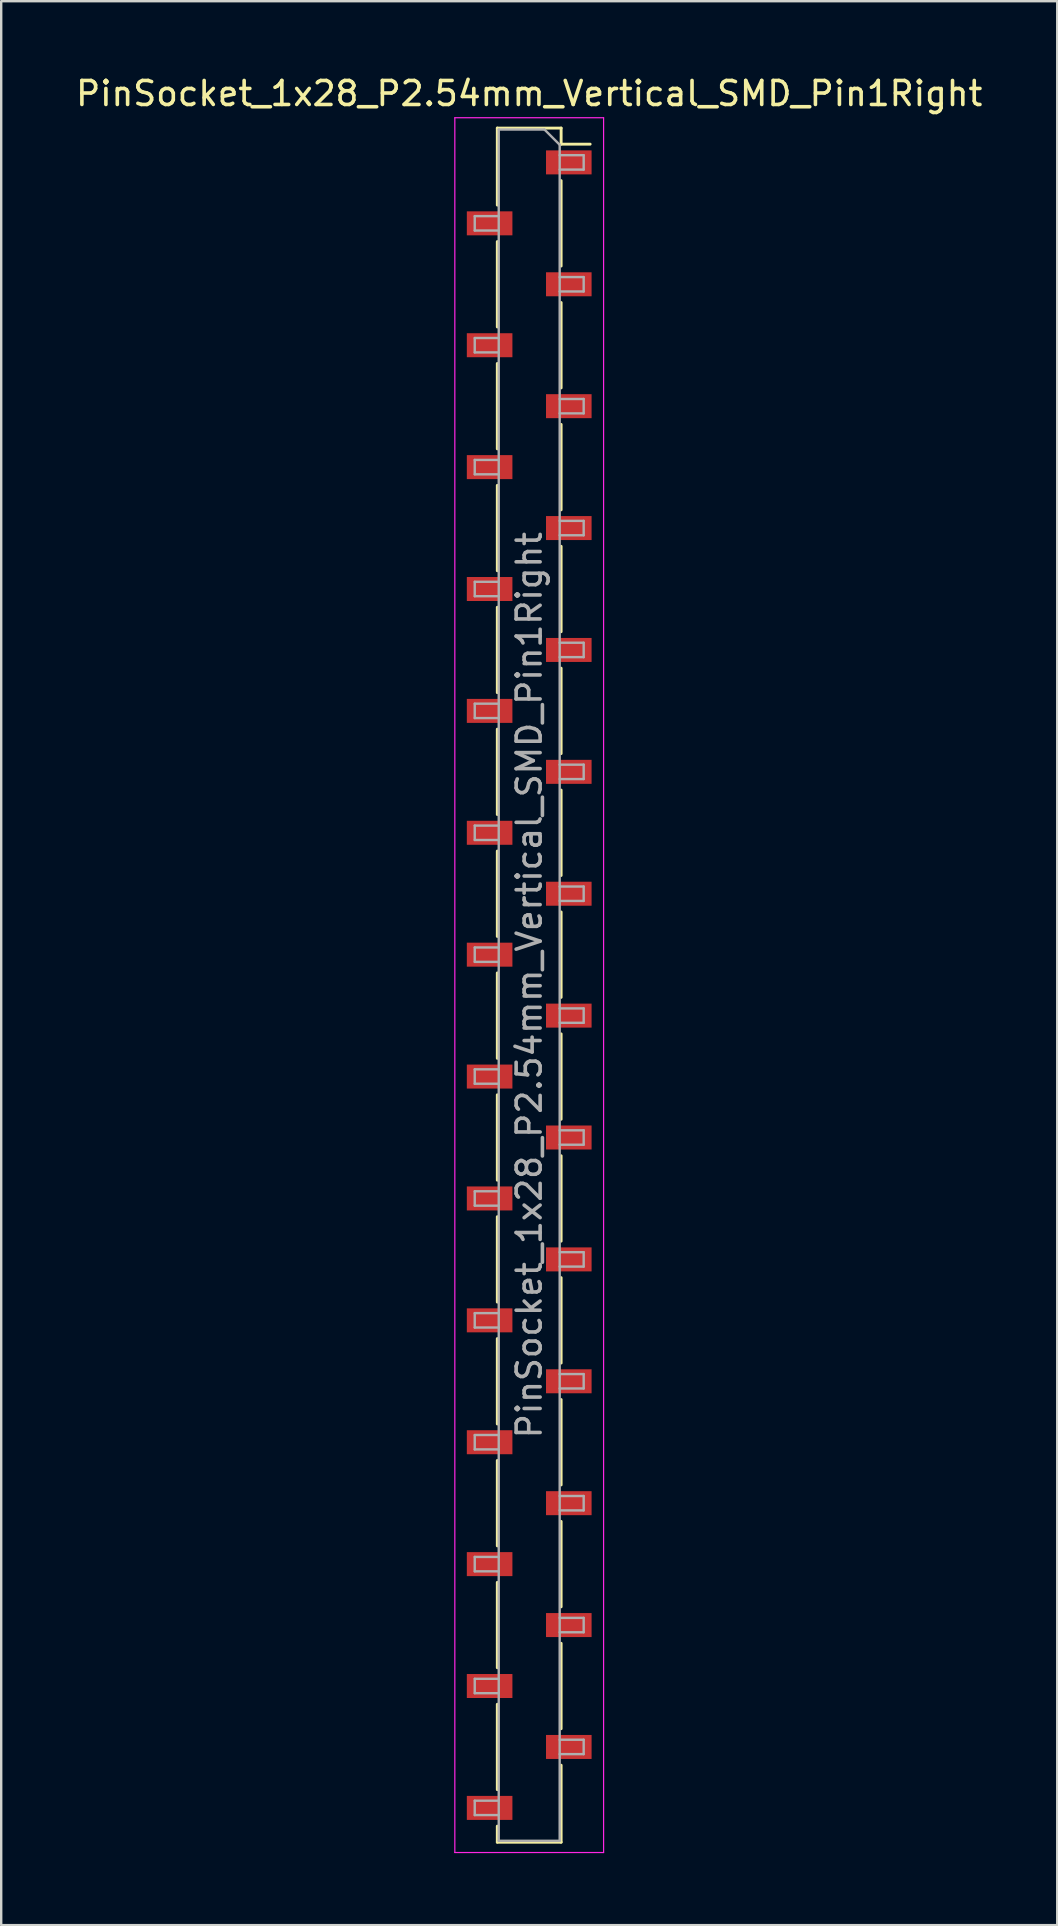
<source format=kicad_pcb>
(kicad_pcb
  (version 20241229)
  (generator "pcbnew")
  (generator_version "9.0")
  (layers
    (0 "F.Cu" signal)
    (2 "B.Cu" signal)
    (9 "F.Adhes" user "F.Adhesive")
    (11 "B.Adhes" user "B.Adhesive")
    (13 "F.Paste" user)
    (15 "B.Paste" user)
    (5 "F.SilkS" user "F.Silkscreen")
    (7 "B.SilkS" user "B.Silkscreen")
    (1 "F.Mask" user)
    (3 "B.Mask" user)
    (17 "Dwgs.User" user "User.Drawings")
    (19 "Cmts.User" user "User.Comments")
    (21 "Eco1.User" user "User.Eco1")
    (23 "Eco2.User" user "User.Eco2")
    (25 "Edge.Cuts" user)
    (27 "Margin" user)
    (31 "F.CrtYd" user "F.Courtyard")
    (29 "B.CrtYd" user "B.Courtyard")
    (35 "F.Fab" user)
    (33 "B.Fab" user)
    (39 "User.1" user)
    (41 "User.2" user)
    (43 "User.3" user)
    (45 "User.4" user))
  (footprint "PinSocket_1x28_P2.54mm_Vertical_SMD_Pin1Right"
    (layer "F.Cu")
    (at 19.006 38.008)
    (property "Reference" "PinSocket_1x28_P2.54mm_Vertical_SMD_Pin1Right" (at 0 -37.16 0) (layer "F.SilkS") (effects (font (size 1 1) (thickness 0.15))))
    (attr smd)
    (fp_line (start -1.33 -35.72) (end -1.33 -32.51) (stroke (width 0.12) (type solid)) (layer "F.SilkS"))
    (fp_line (start -1.33 -35.72) (end 1.33 -35.72) (stroke (width 0.12) (type solid)) (layer "F.SilkS"))
    (fp_line (start -1.33 -30.99) (end -1.33 -27.43) (stroke (width 0.12) (type solid)) (layer "F.SilkS"))
    (fp_line (start -1.33 -25.91) (end -1.33 -22.35) (stroke (width 0.12) (type solid)) (layer "F.SilkS"))
    (fp_line (start -1.33 -20.83) (end -1.33 -17.27) (stroke (width 0.12) (type solid)) (layer "F.SilkS"))
    (fp_line (start -1.33 -15.75) (end -1.33 -12.19) (stroke (width 0.12) (type solid)) (layer "F.SilkS"))
    (fp_line (start -1.33 -10.67) (end -1.33 -7.11) (stroke (width 0.12) (type solid)) (layer "F.SilkS"))
    (fp_line (start -1.33 -5.59) (end -1.33 -2.03) (stroke (width 0.12) (type solid)) (layer "F.SilkS"))
    (fp_line (start -1.33 -0.51) (end -1.33 3.05) (stroke (width 0.12) (type solid)) (layer "F.SilkS"))
    (fp_line (start -1.33 4.57) (end -1.33 8.13) (stroke (width 0.12) (type solid)) (layer "F.SilkS"))
    (fp_line (start -1.33 9.65) (end -1.33 13.21) (stroke (width 0.12) (type solid)) (layer "F.SilkS"))
    (fp_line (start -1.33 14.73) (end -1.33 18.29) (stroke (width 0.12) (type solid)) (layer "F.SilkS"))
    (fp_line (start -1.33 19.81) (end -1.33 23.37) (stroke (width 0.12) (type solid)) (layer "F.SilkS"))
    (fp_line (start -1.33 24.89) (end -1.33 28.45) (stroke (width 0.12) (type solid)) (layer "F.SilkS"))
    (fp_line (start -1.33 29.97) (end -1.33 33.53) (stroke (width 0.12) (type solid)) (layer "F.SilkS"))
    (fp_line (start -1.33 35.05) (end -1.33 35.72) (stroke (width 0.12) (type solid)) (layer "F.SilkS"))
    (fp_line (start -1.33 35.72) (end 1.33 35.72) (stroke (width 0.12) (type solid)) (layer "F.SilkS"))
    (fp_line (start 1.33 -35.72) (end 1.33 -35.05) (stroke (width 0.12) (type solid)) (layer "F.SilkS"))
    (fp_line (start 1.33 -35.05) (end 2.54 -35.05) (stroke (width 0.12) (type solid)) (layer "F.SilkS"))
    (fp_line (start 1.33 -33.53) (end 1.33 -29.97) (stroke (width 0.12) (type solid)) (layer "F.SilkS"))
    (fp_line (start 1.33 -28.45) (end 1.33 -24.89) (stroke (width 0.12) (type solid)) (layer "F.SilkS"))
    (fp_line (start 1.33 -23.37) (end 1.33 -19.81) (stroke (width 0.12) (type solid)) (layer "F.SilkS"))
    (fp_line (start 1.33 -18.29) (end 1.33 -14.73) (stroke (width 0.12) (type solid)) (layer "F.SilkS"))
    (fp_line (start 1.33 -13.21) (end 1.33 -9.65) (stroke (width 0.12) (type solid)) (layer "F.SilkS"))
    (fp_line (start 1.33 -8.13) (end 1.33 -4.57) (stroke (width 0.12) (type solid)) (layer "F.SilkS"))
    (fp_line (start 1.33 -3.05) (end 1.33 0.51) (stroke (width 0.12) (type solid)) (layer "F.SilkS"))
    (fp_line (start 1.33 2.03) (end 1.33 5.59) (stroke (width 0.12) (type solid)) (layer "F.SilkS"))
    (fp_line (start 1.33 7.11) (end 1.33 10.67) (stroke (width 0.12) (type solid)) (layer "F.SilkS"))
    (fp_line (start 1.33 12.19) (end 1.33 15.75) (stroke (width 0.12) (type solid)) (layer "F.SilkS"))
    (fp_line (start 1.33 17.27) (end 1.33 20.83) (stroke (width 0.12) (type solid)) (layer "F.SilkS"))
    (fp_line (start 1.33 22.35) (end 1.33 25.91) (stroke (width 0.12) (type solid)) (layer "F.SilkS"))
    (fp_line (start 1.33 27.43) (end 1.33 30.99) (stroke (width 0.12) (type solid)) (layer "F.SilkS"))
    (fp_line (start 1.33 32.51) (end 1.33 35.72) (stroke (width 0.12) (type solid)) (layer "F.SilkS"))
    (fp_line (start -3.1 -36.15) (end 3.1 -36.15) (stroke (width 0.05) (type solid)) (layer "F.CrtYd"))
    (fp_line (start -3.1 36.15) (end -3.1 -36.15) (stroke (width 0.05) (type solid)) (layer "F.CrtYd"))
    (fp_line (start 3.1 -36.15) (end 3.1 36.15) (stroke (width 0.05) (type solid)) (layer "F.CrtYd"))
    (fp_line (start 3.1 36.15) (end -3.1 36.15) (stroke (width 0.05) (type solid)) (layer "F.CrtYd"))
    (fp_line (start -2.27 -32.05) (end -1.27 -32.05) (stroke (width 0.1) (type solid)) (layer "F.Fab"))
    (fp_line (start -2.27 -31.45) (end -2.27 -32.05) (stroke (width 0.1) (type solid)) (layer "F.Fab"))
    (fp_line (start -2.27 -26.97) (end -1.27 -26.97) (stroke (width 0.1) (type solid)) (layer "F.Fab"))
    (fp_line (start -2.27 -26.37) (end -2.27 -26.97) (stroke (width 0.1) (type solid)) (layer "F.Fab"))
    (fp_line (start -2.27 -21.89) (end -1.27 -21.89) (stroke (width 0.1) (type solid)) (layer "F.Fab"))
    (fp_line (start -2.27 -21.29) (end -2.27 -21.89) (stroke (width 0.1) (type solid)) (layer "F.Fab"))
    (fp_line (start -2.27 -16.81) (end -1.27 -16.81) (stroke (width 0.1) (type solid)) (layer "F.Fab"))
    (fp_line (start -2.27 -16.21) (end -2.27 -16.81) (stroke (width 0.1) (type solid)) (layer "F.Fab"))
    (fp_line (start -2.27 -11.73) (end -1.27 -11.73) (stroke (width 0.1) (type solid)) (layer "F.Fab"))
    (fp_line (start -2.27 -11.13) (end -2.27 -11.73) (stroke (width 0.1) (type solid)) (layer "F.Fab"))
    (fp_line (start -2.27 -6.65) (end -1.27 -6.65) (stroke (width 0.1) (type solid)) (layer "F.Fab"))
    (fp_line (start -2.27 -6.05) (end -2.27 -6.65) (stroke (width 0.1) (type solid)) (layer "F.Fab"))
    (fp_line (start -2.27 -1.57) (end -1.27 -1.57) (stroke (width 0.1) (type solid)) (layer "F.Fab"))
    (fp_line (start -2.27 -0.97) (end -2.27 -1.57) (stroke (width 0.1) (type solid)) (layer "F.Fab"))
    (fp_line (start -2.27 3.51) (end -1.27 3.51) (stroke (width 0.1) (type solid)) (layer "F.Fab"))
    (fp_line (start -2.27 4.11) (end -2.27 3.51) (stroke (width 0.1) (type solid)) (layer "F.Fab"))
    (fp_line (start -2.27 8.59) (end -1.27 8.59) (stroke (width 0.1) (type solid)) (layer "F.Fab"))
    (fp_line (start -2.27 9.19) (end -2.27 8.59) (stroke (width 0.1) (type solid)) (layer "F.Fab"))
    (fp_line (start -2.27 13.67) (end -1.27 13.67) (stroke (width 0.1) (type solid)) (layer "F.Fab"))
    (fp_line (start -2.27 14.27) (end -2.27 13.67) (stroke (width 0.1) (type solid)) (layer "F.Fab"))
    (fp_line (start -2.27 18.75) (end -1.27 18.75) (stroke (width 0.1) (type solid)) (layer "F.Fab"))
    (fp_line (start -2.27 19.35) (end -2.27 18.75) (stroke (width 0.1) (type solid)) (layer "F.Fab"))
    (fp_line (start -2.27 23.83) (end -1.27 23.83) (stroke (width 0.1) (type solid)) (layer "F.Fab"))
    (fp_line (start -2.27 24.43) (end -2.27 23.83) (stroke (width 0.1) (type solid)) (layer "F.Fab"))
    (fp_line (start -2.27 28.91) (end -1.27 28.91) (stroke (width 0.1) (type solid)) (layer "F.Fab"))
    (fp_line (start -2.27 29.51) (end -2.27 28.91) (stroke (width 0.1) (type solid)) (layer "F.Fab"))
    (fp_line (start -2.27 33.99) (end -1.27 33.99) (stroke (width 0.1) (type solid)) (layer "F.Fab"))
    (fp_line (start -2.27 34.59) (end -2.27 33.99) (stroke (width 0.1) (type solid)) (layer "F.Fab"))
    (fp_line (start -1.27 -35.66) (end 0.635 -35.66) (stroke (width 0.1) (type solid)) (layer "F.Fab"))
    (fp_line (start -1.27 -31.45) (end -2.27 -31.45) (stroke (width 0.1) (type solid)) (layer "F.Fab"))
    (fp_line (start -1.27 -26.37) (end -2.27 -26.37) (stroke (width 0.1) (type solid)) (layer "F.Fab"))
    (fp_line (start -1.27 -21.29) (end -2.27 -21.29) (stroke (width 0.1) (type solid)) (layer "F.Fab"))
    (fp_line (start -1.27 -16.21) (end -2.27 -16.21) (stroke (width 0.1) (type solid)) (layer "F.Fab"))
    (fp_line (start -1.27 -11.13) (end -2.27 -11.13) (stroke (width 0.1) (type solid)) (layer "F.Fab"))
    (fp_line (start -1.27 -6.05) (end -2.27 -6.05) (stroke (width 0.1) (type solid)) (layer "F.Fab"))
    (fp_line (start -1.27 -0.97) (end -2.27 -0.97) (stroke (width 0.1) (type solid)) (layer "F.Fab"))
    (fp_line (start -1.27 4.11) (end -2.27 4.11) (stroke (width 0.1) (type solid)) (layer "F.Fab"))
    (fp_line (start -1.27 9.19) (end -2.27 9.19) (stroke (width 0.1) (type solid)) (layer "F.Fab"))
    (fp_line (start -1.27 14.27) (end -2.27 14.27) (stroke (width 0.1) (type solid)) (layer "F.Fab"))
    (fp_line (start -1.27 19.35) (end -2.27 19.35) (stroke (width 0.1) (type solid)) (layer "F.Fab"))
    (fp_line (start -1.27 24.43) (end -2.27 24.43) (stroke (width 0.1) (type solid)) (layer "F.Fab"))
    (fp_line (start -1.27 29.51) (end -2.27 29.51) (stroke (width 0.1) (type solid)) (layer "F.Fab"))
    (fp_line (start -1.27 34.59) (end -2.27 34.59) (stroke (width 0.1) (type solid)) (layer "F.Fab"))
    (fp_line (start -1.27 35.66) (end -1.27 -35.66) (stroke (width 0.1) (type solid)) (layer "F.Fab"))
    (fp_line (start 0.635 -35.66) (end 1.27 -35.025) (stroke (width 0.1) (type solid)) (layer "F.Fab"))
    (fp_line (start 1.27 -35.025) (end 1.27 35.66) (stroke (width 0.1) (type solid)) (layer "F.Fab"))
    (fp_line (start 1.27 -34.59) (end 2.27 -34.59) (stroke (width 0.1) (type solid)) (layer "F.Fab"))
    (fp_line (start 1.27 -29.51) (end 2.27 -29.51) (stroke (width 0.1) (type solid)) (layer "F.Fab"))
    (fp_line (start 1.27 -24.43) (end 2.27 -24.43) (stroke (width 0.1) (type solid)) (layer "F.Fab"))
    (fp_line (start 1.27 -19.35) (end 2.27 -19.35) (stroke (width 0.1) (type solid)) (layer "F.Fab"))
    (fp_line (start 1.27 -14.27) (end 2.27 -14.27) (stroke (width 0.1) (type solid)) (layer "F.Fab"))
    (fp_line (start 1.27 -9.19) (end 2.27 -9.19) (stroke (width 0.1) (type solid)) (layer "F.Fab"))
    (fp_line (start 1.27 -4.11) (end 2.27 -4.11) (stroke (width 0.1) (type solid)) (layer "F.Fab"))
    (fp_line (start 1.27 0.97) (end 2.27 0.97) (stroke (width 0.1) (type solid)) (layer "F.Fab"))
    (fp_line (start 1.27 6.05) (end 2.27 6.05) (stroke (width 0.1) (type solid)) (layer "F.Fab"))
    (fp_line (start 1.27 11.13) (end 2.27 11.13) (stroke (width 0.1) (type solid)) (layer "F.Fab"))
    (fp_line (start 1.27 16.21) (end 2.27 16.21) (stroke (width 0.1) (type solid)) (layer "F.Fab"))
    (fp_line (start 1.27 21.29) (end 2.27 21.29) (stroke (width 0.1) (type solid)) (layer "F.Fab"))
    (fp_line (start 1.27 26.37) (end 2.27 26.37) (stroke (width 0.1) (type solid)) (layer "F.Fab"))
    (fp_line (start 1.27 31.45) (end 2.27 31.45) (stroke (width 0.1) (type solid)) (layer "F.Fab"))
    (fp_line (start 1.27 35.66) (end -1.27 35.66) (stroke (width 0.1) (type solid)) (layer "F.Fab"))
    (fp_line (start 2.27 -34.59) (end 2.27 -33.99) (stroke (width 0.1) (type solid)) (layer "F.Fab"))
    (fp_line (start 2.27 -33.99) (end 1.27 -33.99) (stroke (width 0.1) (type solid)) (layer "F.Fab"))
    (fp_line (start 2.27 -29.51) (end 2.27 -28.91) (stroke (width 0.1) (type solid)) (layer "F.Fab"))
    (fp_line (start 2.27 -28.91) (end 1.27 -28.91) (stroke (width 0.1) (type solid)) (layer "F.Fab"))
    (fp_line (start 2.27 -24.43) (end 2.27 -23.83) (stroke (width 0.1) (type solid)) (layer "F.Fab"))
    (fp_line (start 2.27 -23.83) (end 1.27 -23.83) (stroke (width 0.1) (type solid)) (layer "F.Fab"))
    (fp_line (start 2.27 -19.35) (end 2.27 -18.75) (stroke (width 0.1) (type solid)) (layer "F.Fab"))
    (fp_line (start 2.27 -18.75) (end 1.27 -18.75) (stroke (width 0.1) (type solid)) (layer "F.Fab"))
    (fp_line (start 2.27 -14.27) (end 2.27 -13.67) (stroke (width 0.1) (type solid)) (layer "F.Fab"))
    (fp_line (start 2.27 -13.67) (end 1.27 -13.67) (stroke (width 0.1) (type solid)) (layer "F.Fab"))
    (fp_line (start 2.27 -9.19) (end 2.27 -8.59) (stroke (width 0.1) (type solid)) (layer "F.Fab"))
    (fp_line (start 2.27 -8.59) (end 1.27 -8.59) (stroke (width 0.1) (type solid)) (layer "F.Fab"))
    (fp_line (start 2.27 -4.11) (end 2.27 -3.51) (stroke (width 0.1) (type solid)) (layer "F.Fab"))
    (fp_line (start 2.27 -3.51) (end 1.27 -3.51) (stroke (width 0.1) (type solid)) (layer "F.Fab"))
    (fp_line (start 2.27 0.97) (end 2.27 1.57) (stroke (width 0.1) (type solid)) (layer "F.Fab"))
    (fp_line (start 2.27 1.57) (end 1.27 1.57) (stroke (width 0.1) (type solid)) (layer "F.Fab"))
    (fp_line (start 2.27 6.05) (end 2.27 6.65) (stroke (width 0.1) (type solid)) (layer "F.Fab"))
    (fp_line (start 2.27 6.65) (end 1.27 6.65) (stroke (width 0.1) (type solid)) (layer "F.Fab"))
    (fp_line (start 2.27 11.13) (end 2.27 11.73) (stroke (width 0.1) (type solid)) (layer "F.Fab"))
    (fp_line (start 2.27 11.73) (end 1.27 11.73) (stroke (width 0.1) (type solid)) (layer "F.Fab"))
    (fp_line (start 2.27 16.21) (end 2.27 16.81) (stroke (width 0.1) (type solid)) (layer "F.Fab"))
    (fp_line (start 2.27 16.81) (end 1.27 16.81) (stroke (width 0.1) (type solid)) (layer "F.Fab"))
    (fp_line (start 2.27 21.29) (end 2.27 21.89) (stroke (width 0.1) (type solid)) (layer "F.Fab"))
    (fp_line (start 2.27 21.89) (end 1.27 21.89) (stroke (width 0.1) (type solid)) (layer "F.Fab"))
    (fp_line (start 2.27 26.37) (end 2.27 26.97) (stroke (width 0.1) (type solid)) (layer "F.Fab"))
    (fp_line (start 2.27 26.97) (end 1.27 26.97) (stroke (width 0.1) (type solid)) (layer "F.Fab"))
    (fp_line (start 2.27 31.45) (end 2.27 32.05) (stroke (width 0.1) (type solid)) (layer "F.Fab"))
    (fp_line (start 2.27 32.05) (end 1.27 32.05) (stroke (width 0.1) (type solid)) (layer "F.Fab"))
    (fp_text user "${REFERENCE}" (at 0 0 90) (layer "F.Fab") (effects (font (size 1 1) (thickness 0.15))))
    (pad "1" smd rect (at 1.65 -34.29) (size 1.9 1) (layers "F.Cu" "F.Mask" "F.Paste"))
    (pad "2" smd rect (at -1.65 -31.75) (size 1.9 1) (layers "F.Cu" "F.Mask" "F.Paste"))
    (pad "3" smd rect (at 1.65 -29.21) (size 1.9 1) (layers "F.Cu" "F.Mask" "F.Paste"))
    (pad "4" smd rect (at -1.65 -26.67) (size 1.9 1) (layers "F.Cu" "F.Mask" "F.Paste"))
    (pad "5" smd rect (at 1.65 -24.13) (size 1.9 1) (layers "F.Cu" "F.Mask" "F.Paste"))
    (pad "6" smd rect (at -1.65 -21.59) (size 1.9 1) (layers "F.Cu" "F.Mask" "F.Paste"))
    (pad "7" smd rect (at 1.65 -19.05) (size 1.9 1) (layers "F.Cu" "F.Mask" "F.Paste"))
    (pad "8" smd rect (at -1.65 -16.51) (size 1.9 1) (layers "F.Cu" "F.Mask" "F.Paste"))
    (pad "9" smd rect (at 1.65 -13.97) (size 1.9 1) (layers "F.Cu" "F.Mask" "F.Paste"))
    (pad "10" smd rect (at -1.65 -11.43) (size 1.9 1) (layers "F.Cu" "F.Mask" "F.Paste"))
    (pad "11" smd rect (at 1.65 -8.89) (size 1.9 1) (layers "F.Cu" "F.Mask" "F.Paste"))
    (pad "12" smd rect (at -1.65 -6.35) (size 1.9 1) (layers "F.Cu" "F.Mask" "F.Paste"))
    (pad "13" smd rect (at 1.65 -3.81) (size 1.9 1) (layers "F.Cu" "F.Mask" "F.Paste"))
    (pad "14" smd rect (at -1.65 -1.27) (size 1.9 1) (layers "F.Cu" "F.Mask" "F.Paste"))
    (pad "15" smd rect (at 1.65 1.27) (size 1.9 1) (layers "F.Cu" "F.Mask" "F.Paste"))
    (pad "16" smd rect (at -1.65 3.81) (size 1.9 1) (layers "F.Cu" "F.Mask" "F.Paste"))
    (pad "17" smd rect (at 1.65 6.35) (size 1.9 1) (layers "F.Cu" "F.Mask" "F.Paste"))
    (pad "18" smd rect (at -1.65 8.89) (size 1.9 1) (layers "F.Cu" "F.Mask" "F.Paste"))
    (pad "19" smd rect (at 1.65 11.43) (size 1.9 1) (layers "F.Cu" "F.Mask" "F.Paste"))
    (pad "20" smd rect (at -1.65 13.97) (size 1.9 1) (layers "F.Cu" "F.Mask" "F.Paste"))
    (pad "21" smd rect (at 1.65 16.51) (size 1.9 1) (layers "F.Cu" "F.Mask" "F.Paste"))
    (pad "22" smd rect (at -1.65 19.05) (size 1.9 1) (layers "F.Cu" "F.Mask" "F.Paste"))
    (pad "23" smd rect (at 1.65 21.59) (size 1.9 1) (layers "F.Cu" "F.Mask" "F.Paste"))
    (pad "24" smd rect (at -1.65 24.13) (size 1.9 1) (layers "F.Cu" "F.Mask" "F.Paste"))
    (pad "25" smd rect (at 1.65 26.67) (size 1.9 1) (layers "F.Cu" "F.Mask" "F.Paste"))
    (pad "26" smd rect (at -1.65 29.21) (size 1.9 1) (layers "F.Cu" "F.Mask" "F.Paste"))
    (pad "27" smd rect (at 1.65 31.75) (size 1.9 1) (layers "F.Cu" "F.Mask" "F.Paste"))
    (pad "28" smd rect (at -1.65 34.29) (size 1.9 1) (layers "F.Cu" "F.Mask" "F.Paste")))
  (gr_rect
    (start -3 -3)
    (end 41.012 77.183)
    (stroke (width 0.1) (type default))
    (fill no)
    (layer "Edge.Cuts")))
</source>
